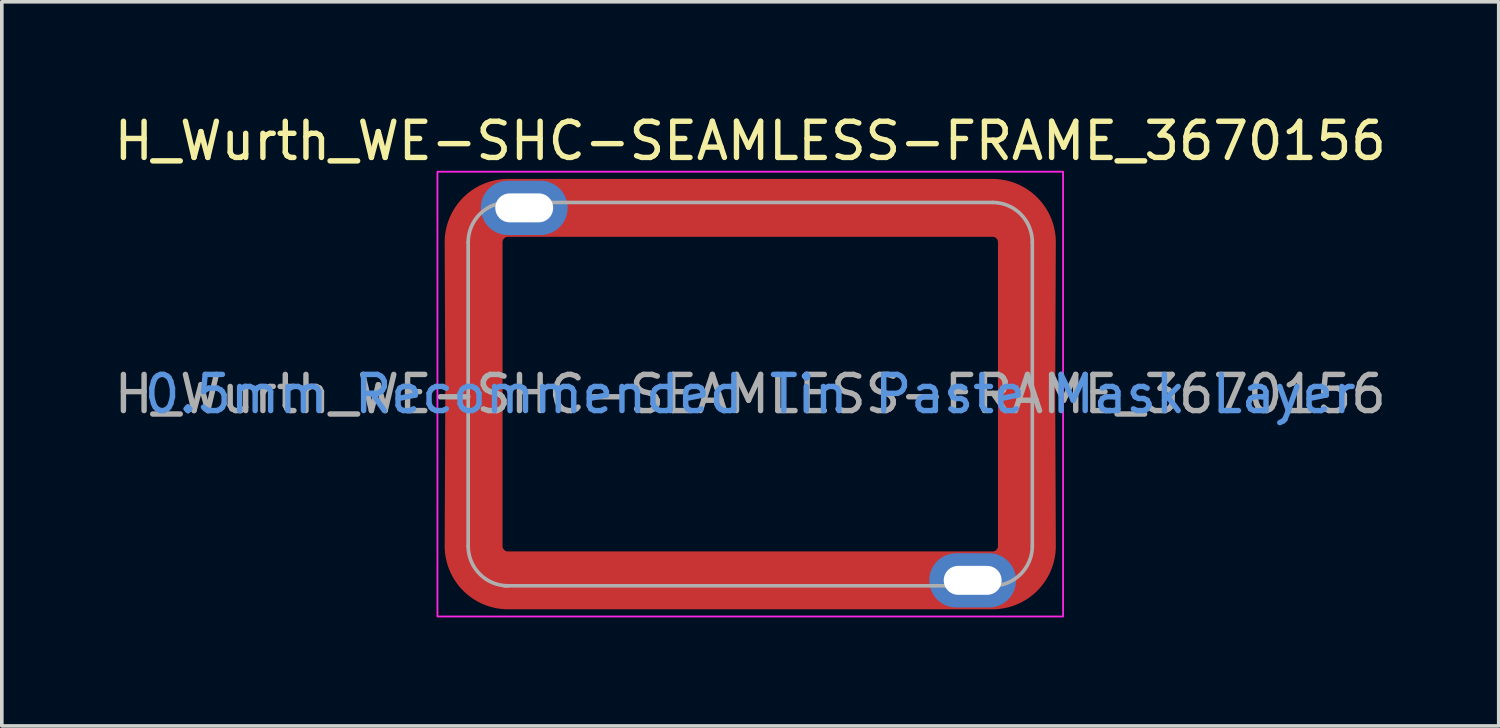
<source format=kicad_pcb>
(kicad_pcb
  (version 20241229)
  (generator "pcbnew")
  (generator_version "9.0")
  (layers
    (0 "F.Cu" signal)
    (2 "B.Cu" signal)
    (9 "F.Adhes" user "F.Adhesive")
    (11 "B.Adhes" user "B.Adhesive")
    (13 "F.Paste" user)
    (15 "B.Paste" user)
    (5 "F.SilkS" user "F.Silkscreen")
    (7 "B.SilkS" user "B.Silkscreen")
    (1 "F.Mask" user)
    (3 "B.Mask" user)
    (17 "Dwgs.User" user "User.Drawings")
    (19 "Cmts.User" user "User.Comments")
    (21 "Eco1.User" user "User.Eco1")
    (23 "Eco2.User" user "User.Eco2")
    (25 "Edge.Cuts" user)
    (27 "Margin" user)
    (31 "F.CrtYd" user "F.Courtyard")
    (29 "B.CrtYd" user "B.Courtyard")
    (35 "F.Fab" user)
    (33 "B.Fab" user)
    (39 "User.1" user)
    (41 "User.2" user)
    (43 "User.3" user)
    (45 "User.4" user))
  (footprint "H_Wurth_WE-SHC-SEAMLESS-FRAME_3670156"
    (layer "F.Cu")
    (at 17.696 7.848)
    (property "Reference" "H_Wurth_WE-SHC-SEAMLESS-FRAME_3670156" (at 0 -7 0) (unlocked yes) (layer "F.SilkS") (effects (font (size 1 1) (thickness 0.15))))
    (attr smd)
    (fp_poly (pts (xy -6.9 0) (xy -8.382 0) (xy -8.4 -4.2) (xy -8.398 -4.289) (xy -8.391 -4.378) (xy -8.379 -4.466) (xy -8.363 -4.553) (xy -8.342 -4.64) (xy -8.317 -4.725) (xy -8.287 -4.809) (xy -8.253 -4.891) (xy -8.215 -4.972) (xy -8.172 -5.05) (xy -8.126 -5.126) (xy -8.075 -5.199) (xy -8.021 -5.27) (xy -7.963 -5.338) (xy -7.902 -5.402) (xy -7.838 -5.463) (xy -7.77 -5.521) (xy -7.699 -5.575) (xy -7.626 -5.626) (xy -7.55 -5.672) (xy -7.472 -5.715) (xy -7.391 -5.753) (xy -7.309 -5.787) (xy -7.225 -5.817) (xy -7.14 -5.842) (xy -7.053 -5.863) (xy -6.966 -5.879) (xy -6.878 -5.891) (xy -6.789 -5.898) (xy -6.7 -5.9) (xy 6.7 -5.9) (xy 6.789 -5.898) (xy 6.878 -5.891) (xy 6.966 -5.879) (xy 7.053 -5.863) (xy 7.14 -5.842) (xy 7.225 -5.817) (xy 7.309 -5.787) (xy 7.391 -5.753) (xy 7.472 -5.715) (xy 7.55 -5.672) (xy 7.626 -5.626) (xy 7.699 -5.575) (xy 7.77 -5.521) (xy 7.838 -5.463) (xy 7.902 -5.402) (xy 7.963 -5.338) (xy 8.021 -5.27) (xy 8.075 -5.199) (xy 8.126 -5.126) (xy 8.172 -5.05) (xy 8.215 -4.972) (xy 8.253 -4.891) (xy 8.287 -4.809) (xy 8.317 -4.725) (xy 8.342 -4.64) (xy 8.363 -4.553) (xy 8.379 -4.466) (xy 8.391 -4.378) (xy 8.398 -4.289) (xy 8.4 -4.2) (xy 8.382 0) (xy 6.9 0) (xy 6.9 -4.2) (xy 6.9 -4.21) (xy 6.899 -4.221) (xy 6.898 -4.231) (xy 6.896 -4.242) (xy 6.893 -4.252) (xy 6.89 -4.262) (xy 6.887 -4.272) (xy 6.883 -4.281) (xy 6.878 -4.291) (xy 6.873 -4.3) (xy 6.868 -4.309) (xy 6.862 -4.318) (xy 6.855 -4.326) (xy 6.849 -4.334) (xy 6.841 -4.341) (xy 6.834 -4.349) (xy 6.826 -4.355) (xy 6.818 -4.362) (xy 6.809 -4.368) (xy 6.8 -4.373) (xy 6.791 -4.378) (xy 6.781 -4.383) (xy 6.772 -4.387) (xy 6.762 -4.39) (xy 6.752 -4.393) (xy 6.742 -4.396) (xy 6.731 -4.398) (xy 6.721 -4.399) (xy 6.71 -4.4) (xy 6.7 -4.4) (xy -6.7 -4.4) (xy -6.71 -4.4) (xy -6.721 -4.399) (xy -6.731 -4.398) (xy -6.742 -4.396) (xy -6.752 -4.393) (xy -6.762 -4.39) (xy -6.772 -4.387) (xy -6.781 -4.383) (xy -6.791 -4.378) (xy -6.8 -4.373) (xy -6.809 -4.368) (xy -6.818 -4.362) (xy -6.826 -4.355) (xy -6.834 -4.349) (xy -6.841 -4.341) (xy -6.849 -4.334) (xy -6.855 -4.326) (xy -6.862 -4.318) (xy -6.868 -4.309) (xy -6.873 -4.3) (xy -6.878 -4.291) (xy -6.883 -4.281) (xy -6.887 -4.272) (xy -6.89 -4.262) (xy -6.893 -4.252) (xy -6.896 -4.242) (xy -6.898 -4.231) (xy -6.899 -4.221) (xy -6.9 -4.21) (xy -6.9 -4.2) (xy -6.9 -0.25)) (stroke (width 0.1) (type solid)) (fill yes) (layer "F.Cu"))
    (fp_poly (pts (xy 6.9 0) (xy 8.382 0) (xy 8.4 4.2) (xy 8.398 4.289) (xy 8.391 4.378) (xy 8.379 4.466) (xy 8.363 4.553) (xy 8.342 4.64) (xy 8.317 4.725) (xy 8.287 4.809) (xy 8.253 4.891) (xy 8.215 4.972) (xy 8.172 5.05) (xy 8.126 5.126) (xy 8.075 5.199) (xy 8.021 5.27) (xy 7.963 5.338) (xy 7.902 5.402) (xy 7.838 5.463) (xy 7.77 5.521) (xy 7.699 5.575) (xy 7.626 5.626) (xy 7.55 5.672) (xy 7.472 5.715) (xy 7.391 5.753) (xy 7.309 5.787) (xy 7.225 5.817) (xy 7.14 5.842) (xy 7.053 5.863) (xy 6.966 5.879) (xy 6.878 5.891) (xy 6.789 5.898) (xy 6.7 5.9) (xy -6.7 5.9) (xy -6.789 5.898) (xy -6.878 5.891) (xy -6.966 5.879) (xy -7.053 5.863) (xy -7.14 5.842) (xy -7.225 5.817) (xy -7.309 5.787) (xy -7.391 5.753) (xy -7.472 5.715) (xy -7.55 5.672) (xy -7.626 5.626) (xy -7.699 5.575) (xy -7.77 5.521) (xy -7.838 5.463) (xy -7.902 5.402) (xy -7.963 5.338) (xy -8.021 5.27) (xy -8.075 5.199) (xy -8.126 5.126) (xy -8.172 5.05) (xy -8.215 4.972) (xy -8.253 4.891) (xy -8.287 4.809) (xy -8.317 4.725) (xy -8.342 4.64) (xy -8.363 4.553) (xy -8.379 4.466) (xy -8.391 4.378) (xy -8.398 4.289) (xy -8.4 4.2) (xy -8.382 0) (xy -6.9 0) (xy -6.9 4.2) (xy -6.9 4.21) (xy -6.899 4.221) (xy -6.898 4.231) (xy -6.896 4.242) (xy -6.893 4.252) (xy -6.89 4.262) (xy -6.887 4.272) (xy -6.883 4.281) (xy -6.878 4.291) (xy -6.873 4.3) (xy -6.868 4.309) (xy -6.862 4.318) (xy -6.855 4.326) (xy -6.849 4.334) (xy -6.841 4.341) (xy -6.834 4.349) (xy -6.826 4.355) (xy -6.818 4.362) (xy -6.809 4.368) (xy -6.8 4.373) (xy -6.791 4.378) (xy -6.781 4.383) (xy -6.772 4.387) (xy -6.762 4.39) (xy -6.752 4.393) (xy -6.742 4.396) (xy -6.731 4.398) (xy -6.721 4.399) (xy -6.71 4.4) (xy -6.7 4.4) (xy 6.7 4.4) (xy 6.71 4.4) (xy 6.721 4.399) (xy 6.731 4.398) (xy 6.742 4.396) (xy 6.752 4.393) (xy 6.762 4.39) (xy 6.772 4.387) (xy 6.781 4.383) (xy 6.791 4.378) (xy 6.8 4.373) (xy 6.809 4.368) (xy 6.818 4.362) (xy 6.826 4.355) (xy 6.834 4.349) (xy 6.841 4.341) (xy 6.849 4.334) (xy 6.855 4.326) (xy 6.862 4.318) (xy 6.868 4.309) (xy 6.873 4.3) (xy 6.878 4.291) (xy 6.883 4.281) (xy 6.887 4.272) (xy 6.89 4.262) (xy 6.893 4.252) (xy 6.896 4.242) (xy 6.898 4.231) (xy 6.899 4.221) (xy 6.9 4.21) (xy 6.9 4.2) (xy 6.9 0.25)) (stroke (width 0.1) (type solid)) (fill yes) (layer "F.Cu"))
    (fp_poly (pts (xy -6.9 0) (xy -8.382 0) (xy -8.4 -4.2) (xy -8.398 -4.289) (xy -8.391 -4.378) (xy -8.379 -4.466) (xy -8.363 -4.553) (xy -8.342 -4.64) (xy -8.317 -4.725) (xy -8.287 -4.809) (xy -8.253 -4.891) (xy -8.215 -4.972) (xy -8.172 -5.05) (xy -8.126 -5.126) (xy -8.075 -5.199) (xy -8.021 -5.27) (xy -7.963 -5.338) (xy -7.902 -5.402) (xy -7.838 -5.463) (xy -7.77 -5.521) (xy -7.699 -5.575) (xy -7.626 -5.626) (xy -7.55 -5.672) (xy -7.472 -5.715) (xy -7.391 -5.753) (xy -7.309 -5.787) (xy -7.225 -5.817) (xy -7.14 -5.842) (xy -7.053 -5.863) (xy -6.966 -5.879) (xy -6.878 -5.891) (xy -6.789 -5.898) (xy -6.7 -5.9) (xy 6.7 -5.9) (xy 6.789 -5.898) (xy 6.878 -5.891) (xy 6.966 -5.879) (xy 7.053 -5.863) (xy 7.14 -5.842) (xy 7.225 -5.817) (xy 7.309 -5.787) (xy 7.391 -5.753) (xy 7.472 -5.715) (xy 7.55 -5.672) (xy 7.626 -5.626) (xy 7.699 -5.575) (xy 7.77 -5.521) (xy 7.838 -5.463) (xy 7.902 -5.402) (xy 7.963 -5.338) (xy 8.021 -5.27) (xy 8.075 -5.199) (xy 8.126 -5.126) (xy 8.172 -5.05) (xy 8.215 -4.972) (xy 8.253 -4.891) (xy 8.287 -4.809) (xy 8.317 -4.725) (xy 8.342 -4.64) (xy 8.363 -4.553) (xy 8.379 -4.466) (xy 8.391 -4.378) (xy 8.398 -4.289) (xy 8.4 -4.2) (xy 8.382 0) (xy 6.9 0) (xy 6.9 -4.2) (xy 6.9 -4.21) (xy 6.899 -4.221) (xy 6.898 -4.231) (xy 6.896 -4.242) (xy 6.893 -4.252) (xy 6.89 -4.262) (xy 6.887 -4.272) (xy 6.883 -4.281) (xy 6.878 -4.291) (xy 6.873 -4.3) (xy 6.868 -4.309) (xy 6.862 -4.318) (xy 6.855 -4.326) (xy 6.849 -4.334) (xy 6.841 -4.341) (xy 6.834 -4.349) (xy 6.826 -4.355) (xy 6.818 -4.362) (xy 6.809 -4.368) (xy 6.8 -4.373) (xy 6.791 -4.378) (xy 6.781 -4.383) (xy 6.772 -4.387) (xy 6.762 -4.39) (xy 6.752 -4.393) (xy 6.742 -4.396) (xy 6.731 -4.398) (xy 6.721 -4.399) (xy 6.71 -4.4) (xy 6.7 -4.4) (xy -6.7 -4.4) (xy -6.71 -4.4) (xy -6.721 -4.399) (xy -6.731 -4.398) (xy -6.742 -4.396) (xy -6.752 -4.393) (xy -6.762 -4.39) (xy -6.772 -4.387) (xy -6.781 -4.383) (xy -6.791 -4.378) (xy -6.8 -4.373) (xy -6.809 -4.368) (xy -6.818 -4.362) (xy -6.826 -4.355) (xy -6.834 -4.349) (xy -6.841 -4.341) (xy -6.849 -4.334) (xy -6.855 -4.326) (xy -6.862 -4.318) (xy -6.868 -4.309) (xy -6.873 -4.3) (xy -6.878 -4.291) (xy -6.883 -4.281) (xy -6.887 -4.272) (xy -6.89 -4.262) (xy -6.893 -4.252) (xy -6.896 -4.242) (xy -6.898 -4.231) (xy -6.899 -4.221) (xy -6.9 -4.21) (xy -6.9 -4.2) (xy -6.9 -0.25)) (stroke (width 0.1) (type solid)) (fill yes) (layer "F.Mask"))
    (fp_poly (pts (xy 6.9 0) (xy 8.382 0) (xy 8.4 4.2) (xy 8.398 4.289) (xy 8.391 4.378) (xy 8.379 4.466) (xy 8.363 4.553) (xy 8.342 4.64) (xy 8.317 4.725) (xy 8.287 4.809) (xy 8.253 4.891) (xy 8.215 4.972) (xy 8.172 5.05) (xy 8.126 5.126) (xy 8.075 5.199) (xy 8.021 5.27) (xy 7.963 5.338) (xy 7.902 5.402) (xy 7.838 5.463) (xy 7.77 5.521) (xy 7.699 5.575) (xy 7.626 5.626) (xy 7.55 5.672) (xy 7.472 5.715) (xy 7.391 5.753) (xy 7.309 5.787) (xy 7.225 5.817) (xy 7.14 5.842) (xy 7.053 5.863) (xy 6.966 5.879) (xy 6.878 5.891) (xy 6.789 5.898) (xy 6.7 5.9) (xy -6.7 5.9) (xy -6.789 5.898) (xy -6.878 5.891) (xy -6.966 5.879) (xy -7.053 5.863) (xy -7.14 5.842) (xy -7.225 5.817) (xy -7.309 5.787) (xy -7.391 5.753) (xy -7.472 5.715) (xy -7.55 5.672) (xy -7.626 5.626) (xy -7.699 5.575) (xy -7.77 5.521) (xy -7.838 5.463) (xy -7.902 5.402) (xy -7.963 5.338) (xy -8.021 5.27) (xy -8.075 5.199) (xy -8.126 5.126) (xy -8.172 5.05) (xy -8.215 4.972) (xy -8.253 4.891) (xy -8.287 4.809) (xy -8.317 4.725) (xy -8.342 4.64) (xy -8.363 4.553) (xy -8.379 4.466) (xy -8.391 4.378) (xy -8.398 4.289) (xy -8.4 4.2) (xy -8.382 0) (xy -6.9 0) (xy -6.9 4.2) (xy -6.9 4.21) (xy -6.899 4.221) (xy -6.898 4.231) (xy -6.896 4.242) (xy -6.893 4.252) (xy -6.89 4.262) (xy -6.887 4.272) (xy -6.883 4.281) (xy -6.878 4.291) (xy -6.873 4.3) (xy -6.868 4.309) (xy -6.862 4.318) (xy -6.855 4.326) (xy -6.849 4.334) (xy -6.841 4.341) (xy -6.834 4.349) (xy -6.826 4.355) (xy -6.818 4.362) (xy -6.809 4.368) (xy -6.8 4.373) (xy -6.791 4.378) (xy -6.781 4.383) (xy -6.772 4.387) (xy -6.762 4.39) (xy -6.752 4.393) (xy -6.742 4.396) (xy -6.731 4.398) (xy -6.721 4.399) (xy -6.71 4.4) (xy -6.7 4.4) (xy 6.7 4.4) (xy 6.71 4.4) (xy 6.721 4.399) (xy 6.731 4.398) (xy 6.742 4.396) (xy 6.752 4.393) (xy 6.762 4.39) (xy 6.772 4.387) (xy 6.781 4.383) (xy 6.791 4.378) (xy 6.8 4.373) (xy 6.809 4.368) (xy 6.818 4.362) (xy 6.826 4.355) (xy 6.834 4.349) (xy 6.841 4.341) (xy 6.849 4.334) (xy 6.855 4.326) (xy 6.862 4.318) (xy 6.868 4.309) (xy 6.873 4.3) (xy 6.878 4.291) (xy 6.883 4.281) (xy 6.887 4.272) (xy 6.89 4.262) (xy 6.893 4.252) (xy 6.896 4.242) (xy 6.898 4.231) (xy 6.899 4.221) (xy 6.9 4.21) (xy 6.9 4.2) (xy 6.9 0.25)) (stroke (width 0.1) (type solid)) (fill yes) (layer "F.Mask"))
    (fp_poly (pts (xy -6.9 0) (xy -8.382 0) (xy -8.4 -4.2) (xy -8.398 -4.289) (xy -8.391 -4.378) (xy -8.379 -4.466) (xy -8.363 -4.553) (xy -8.342 -4.64) (xy -8.317 -4.725) (xy -8.287 -4.809) (xy -8.253 -4.891) (xy -8.215 -4.972) (xy -8.172 -5.05) (xy -8.126 -5.126) (xy -8.075 -5.199) (xy -8.021 -5.27) (xy -7.963 -5.338) (xy -7.902 -5.402) (xy -7.838 -5.463) (xy -7.77 -5.521) (xy -7.699 -5.575) (xy -7.626 -5.626) (xy -7.55 -5.672) (xy -7.472 -5.715) (xy -7.391 -5.753) (xy -7.309 -5.787) (xy -7.225 -5.817) (xy -7.14 -5.842) (xy -7.053 -5.863) (xy -6.966 -5.879) (xy -6.878 -5.891) (xy -6.789 -5.898) (xy -6.7 -5.9) (xy 6.7 -5.9) (xy 6.789 -5.898) (xy 6.878 -5.891) (xy 6.966 -5.879) (xy 7.053 -5.863) (xy 7.14 -5.842) (xy 7.225 -5.817) (xy 7.309 -5.787) (xy 7.391 -5.753) (xy 7.472 -5.715) (xy 7.55 -5.672) (xy 7.626 -5.626) (xy 7.699 -5.575) (xy 7.77 -5.521) (xy 7.838 -5.463) (xy 7.902 -5.402) (xy 7.963 -5.338) (xy 8.021 -5.27) (xy 8.075 -5.199) (xy 8.126 -5.126) (xy 8.172 -5.05) (xy 8.215 -4.972) (xy 8.253 -4.891) (xy 8.287 -4.809) (xy 8.317 -4.725) (xy 8.342 -4.64) (xy 8.363 -4.553) (xy 8.379 -4.466) (xy 8.391 -4.378) (xy 8.398 -4.289) (xy 8.4 -4.2) (xy 8.382 0) (xy 6.9 0) (xy 6.9 -4.2) (xy 6.9 -4.21) (xy 6.899 -4.221) (xy 6.898 -4.231) (xy 6.896 -4.242) (xy 6.893 -4.252) (xy 6.89 -4.262) (xy 6.887 -4.272) (xy 6.883 -4.281) (xy 6.878 -4.291) (xy 6.873 -4.3) (xy 6.868 -4.309) (xy 6.862 -4.318) (xy 6.855 -4.326) (xy 6.849 -4.334) (xy 6.841 -4.341) (xy 6.834 -4.349) (xy 6.826 -4.355) (xy 6.818 -4.362) (xy 6.809 -4.368) (xy 6.8 -4.373) (xy 6.791 -4.378) (xy 6.781 -4.383) (xy 6.772 -4.387) (xy 6.762 -4.39) (xy 6.752 -4.393) (xy 6.742 -4.396) (xy 6.731 -4.398) (xy 6.721 -4.399) (xy 6.71 -4.4) (xy 6.7 -4.4) (xy -6.7 -4.4) (xy -6.71 -4.4) (xy -6.721 -4.399) (xy -6.731 -4.398) (xy -6.742 -4.396) (xy -6.752 -4.393) (xy -6.762 -4.39) (xy -6.772 -4.387) (xy -6.781 -4.383) (xy -6.791 -4.378) (xy -6.8 -4.373) (xy -6.809 -4.368) (xy -6.818 -4.362) (xy -6.826 -4.355) (xy -6.834 -4.349) (xy -6.841 -4.341) (xy -6.849 -4.334) (xy -6.855 -4.326) (xy -6.862 -4.318) (xy -6.868 -4.309) (xy -6.873 -4.3) (xy -6.878 -4.291) (xy -6.883 -4.281) (xy -6.887 -4.272) (xy -6.89 -4.262) (xy -6.893 -4.252) (xy -6.896 -4.242) (xy -6.898 -4.231) (xy -6.899 -4.221) (xy -6.9 -4.21) (xy -6.9 -4.2) (xy -6.9 -0.25)) (stroke (width 0.1) (type solid)) (fill yes) (layer "F.Paste"))
    (fp_poly (pts (xy 6.9 0) (xy 8.382 0) (xy 8.4 4.2) (xy 8.398 4.289) (xy 8.391 4.378) (xy 8.379 4.466) (xy 8.363 4.553) (xy 8.342 4.64) (xy 8.317 4.725) (xy 8.287 4.809) (xy 8.253 4.891) (xy 8.215 4.972) (xy 8.172 5.05) (xy 8.126 5.126) (xy 8.075 5.199) (xy 8.021 5.27) (xy 7.963 5.338) (xy 7.902 5.402) (xy 7.838 5.463) (xy 7.77 5.521) (xy 7.699 5.575) (xy 7.626 5.626) (xy 7.55 5.672) (xy 7.472 5.715) (xy 7.391 5.753) (xy 7.309 5.787) (xy 7.225 5.817) (xy 7.14 5.842) (xy 7.053 5.863) (xy 6.966 5.879) (xy 6.878 5.891) (xy 6.789 5.898) (xy 6.7 5.9) (xy -6.7 5.9) (xy -6.789 5.898) (xy -6.878 5.891) (xy -6.966 5.879) (xy -7.053 5.863) (xy -7.14 5.842) (xy -7.225 5.817) (xy -7.309 5.787) (xy -7.391 5.753) (xy -7.472 5.715) (xy -7.55 5.672) (xy -7.626 5.626) (xy -7.699 5.575) (xy -7.77 5.521) (xy -7.838 5.463) (xy -7.902 5.402) (xy -7.963 5.338) (xy -8.021 5.27) (xy -8.075 5.199) (xy -8.126 5.126) (xy -8.172 5.05) (xy -8.215 4.972) (xy -8.253 4.891) (xy -8.287 4.809) (xy -8.317 4.725) (xy -8.342 4.64) (xy -8.363 4.553) (xy -8.379 4.466) (xy -8.391 4.378) (xy -8.398 4.289) (xy -8.4 4.2) (xy -8.382 0) (xy -6.9 0) (xy -6.9 4.2) (xy -6.9 4.21) (xy -6.899 4.221) (xy -6.898 4.231) (xy -6.896 4.242) (xy -6.893 4.252) (xy -6.89 4.262) (xy -6.887 4.272) (xy -6.883 4.281) (xy -6.878 4.291) (xy -6.873 4.3) (xy -6.868 4.309) (xy -6.862 4.318) (xy -6.855 4.326) (xy -6.849 4.334) (xy -6.841 4.341) (xy -6.834 4.349) (xy -6.826 4.355) (xy -6.818 4.362) (xy -6.809 4.368) (xy -6.8 4.373) (xy -6.791 4.378) (xy -6.781 4.383) (xy -6.772 4.387) (xy -6.762 4.39) (xy -6.752 4.393) (xy -6.742 4.396) (xy -6.731 4.398) (xy -6.721 4.399) (xy -6.71 4.4) (xy -6.7 4.4) (xy 6.7 4.4) (xy 6.71 4.4) (xy 6.721 4.399) (xy 6.731 4.398) (xy 6.742 4.396) (xy 6.752 4.393) (xy 6.762 4.39) (xy 6.772 4.387) (xy 6.781 4.383) (xy 6.791 4.378) (xy 6.8 4.373) (xy 6.809 4.368) (xy 6.818 4.362) (xy 6.826 4.355) (xy 6.834 4.349) (xy 6.841 4.341) (xy 6.849 4.334) (xy 6.855 4.326) (xy 6.862 4.318) (xy 6.868 4.309) (xy 6.873 4.3) (xy 6.878 4.291) (xy 6.883 4.281) (xy 6.887 4.272) (xy 6.89 4.262) (xy 6.893 4.252) (xy 6.896 4.242) (xy 6.898 4.231) (xy 6.899 4.221) (xy 6.9 4.21) (xy 6.9 4.2) (xy 6.9 0.25)) (stroke (width 0.1) (type solid)) (fill yes) (layer "F.Paste"))
    (fp_rect (start -8.65 -6.15) (end 8.65 6.15) (stroke (width 0.05) (type solid)) (fill no) (layer "F.CrtYd"))
    (fp_line (start -7.8 4.2) (end -7.8 -4.2) (stroke (width 0.1) (type solid)) (layer "F.Fab"))
    (fp_line (start -6.8 5.3) (end 6.7 5.3) (stroke (width 0.1) (type solid)) (layer "F.Fab"))
    (fp_line (start -6.7 -5.3) (end 6.7 -5.3) (stroke (width 0.1) (type solid)) (layer "F.Fab"))
    (fp_line (start 7.8 4.2) (end 7.8 -4.2) (stroke (width 0.1) (type solid)) (layer "F.Fab"))
    (fp_arc (start -7.8 -4.2) (mid -7.477817 -4.977817) (end -6.7 -5.3) (stroke (width 0.1) (type default)) (layer "F.Fab"))
    (fp_arc (start -6.7 5.3) (mid -7.477817 4.977817) (end -7.8 4.2) (stroke (width 0.1) (type default)) (layer "F.Fab"))
    (fp_arc (start 6.7 -5.3) (mid 7.477817 -4.977817) (end 7.8 -4.2) (stroke (width 0.1) (type default)) (layer "F.Fab"))
    (fp_arc (start 7.8 4.2) (mid 7.477817 4.977817) (end 6.7 5.3) (stroke (width 0.1) (type default)) (layer "F.Fab"))
    (fp_text user "0.5mm Recommended Tin Paste Mask Layer" (at 0 0 0) (unlocked yes) (layer "Cmts.User") (effects (font (size 1 1) (thickness 0.15))))
    (fp_text user "${REFERENCE}" (at 0 0 0) (unlocked yes) (layer "F.Fab") (effects (font (size 1 1) (thickness 0.15))))
    (pad "1" thru_hole oval (at -6.25 -5.15) (size 2.4 1.5) (drill oval 1.6 0.8) (layers "*.Cu" "*.Mask"))
    (pad "1" thru_hole oval (at 6.15 5.15) (size 2.4 1.5) (drill oval 1.6 0.8) (layers "*.Cu" "*.Mask")))
  (gr_rect
    (start -3 -3)
    (end 38.393 17.023)
    (stroke (width 0.1) (type default))
    (fill no)
    (layer "Edge.Cuts")))
</source>
